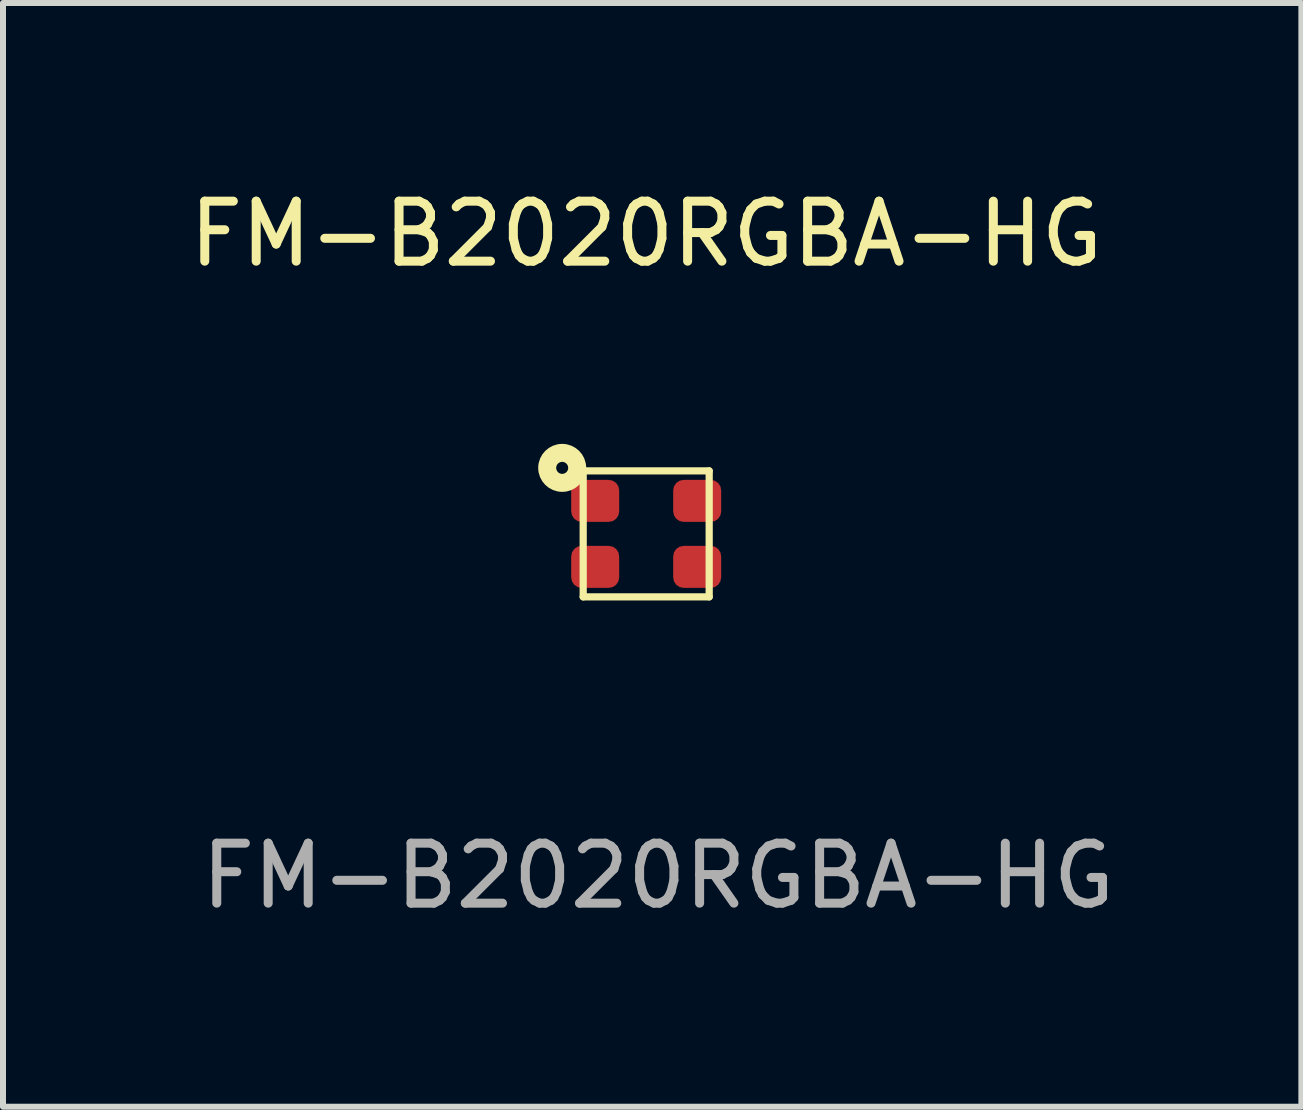
<source format=kicad_pcb>
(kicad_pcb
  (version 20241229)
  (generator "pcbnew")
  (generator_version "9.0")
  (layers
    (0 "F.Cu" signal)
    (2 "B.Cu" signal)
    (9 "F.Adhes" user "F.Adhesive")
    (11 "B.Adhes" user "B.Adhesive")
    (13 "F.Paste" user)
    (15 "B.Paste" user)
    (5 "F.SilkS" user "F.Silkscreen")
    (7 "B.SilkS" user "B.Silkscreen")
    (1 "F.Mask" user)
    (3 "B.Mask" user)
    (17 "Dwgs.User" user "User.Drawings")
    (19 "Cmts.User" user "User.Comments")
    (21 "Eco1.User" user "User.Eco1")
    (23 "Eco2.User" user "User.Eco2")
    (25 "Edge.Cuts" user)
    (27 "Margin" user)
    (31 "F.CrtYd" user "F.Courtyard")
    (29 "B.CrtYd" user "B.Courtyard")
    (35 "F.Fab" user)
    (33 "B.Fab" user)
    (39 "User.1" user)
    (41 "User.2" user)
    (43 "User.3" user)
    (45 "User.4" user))
  (footprint "FM-B2020RGBA-HG"
    (layer "F.Cu")
    (at 7.72 5.848)
    (property "Reference" "FM-B2020RGBA-HG" (at 0 -5 0) (unlocked yes) (layer "F.SilkS") (effects (font (size 1 1) (thickness 0.15))))
    (attr smd)
    (fp_line (start -1.05 -1.05) (end 1.05 -1.05) (stroke (width 0.12) (type solid)) (layer "F.SilkS"))
    (fp_line (start -1.05 1.05) (end -1.05 -1.05) (stroke (width 0.12) (type solid)) (layer "F.SilkS"))
    (fp_line (start -1.05 1.05) (end 1.05 1.05) (stroke (width 0.12) (type solid)) (layer "F.SilkS"))
    (fp_line (start 1.05 1.05) (end 1.05 -1.05) (stroke (width 0.12) (type solid)) (layer "F.SilkS"))
    (fp_circle (center -1.4 -1.1) (end -1.3 -1.1) (stroke (width 0.3) (type solid)) (fill no) (layer "F.SilkS"))
    (fp_text user "${REFERENCE}" (at 0.2 5.7 0) (unlocked yes) (layer "F.Fab") (effects (font (size 1 1) (thickness 0.15))))
    (pad "1" smd roundrect (at -0.85 -0.55) (size 0.8 0.7) (layers "F.Cu" "F.Mask" "F.Paste") (roundrect_rratio 0.25))
    (pad "2" smd roundrect (at 0.85 -0.55) (size 0.8 0.7) (layers "F.Cu" "F.Mask" "F.Paste") (roundrect_rratio 0.25))
    (pad "3" smd roundrect (at 0.85 0.55) (size 0.8 0.7) (layers "F.Cu" "F.Mask" "F.Paste") (roundrect_rratio 0.25))
    (pad "4" smd roundrect (at -0.85 0.55) (size 0.8 0.7) (layers "F.Cu" "F.Mask" "F.Paste") (roundrect_rratio 0.25)))
  (gr_rect
    (start -3 -3)
    (end 18.64 15.396)
    (stroke (width 0.1) (type default))
    (fill no)
    (layer "Edge.Cuts")))
</source>
